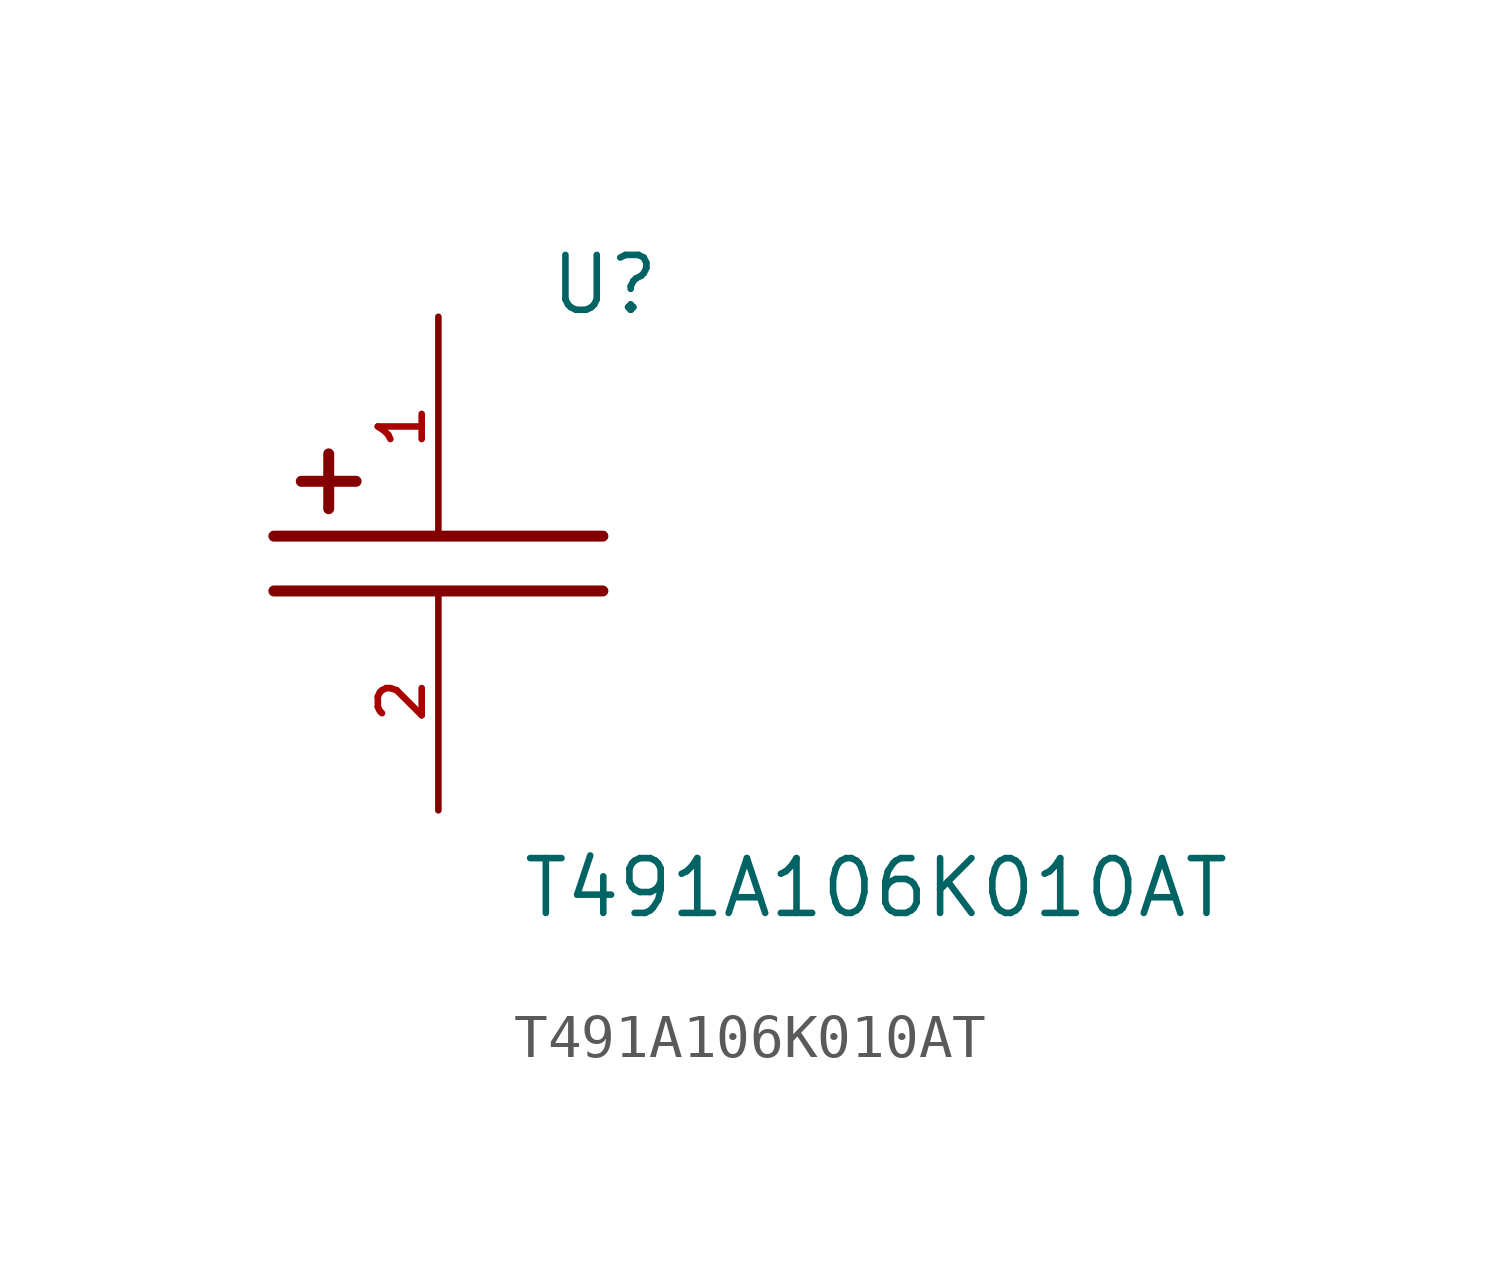
<source format=kicad_sym>
(kicad_symbol_lib
  (version 20211014)
  (generator kicad_symbol_editor)
  (symbol "T491A106K010AT"
    (pin_names
      (offset 1.016))
    (property "Reference" "U"
      (at 5.08 12.7 0)
      (effects (font (size 1.27 1.27)) (justify bottom left)))
    (property "Value" "T491A106K010AT"
      (at 4.445 -1.27 0)
      (effects (font (size 1.27 1.27)) (justify bottom left)))
    (symbol "T491A106K010AT_0_0"
      (polyline (pts (xy -1.27 7.62) (xy 6.35 7.62)) (stroke (width 0.254)))
      (polyline (pts (xy -1.27 6.35) (xy 6.35 6.35)) (stroke (width 0.254)))
      (polyline (pts (xy 0.0 9.525) (xy 0.0 8.255)) (stroke (width 0.254)))
      (polyline (pts (xy -0.635 8.89) (xy 0.635 8.89)) (stroke (width 0.254)))
      (pin passive line (at 2.54 12.7 270.0) (length 5.08) (name "~" (effects (font (size 1.016 1.016)))) (number "1" (effects (font (size 1.016 1.016)))))
      (pin passive line (at 2.54 1.27 90.0) (length 5.08) (name "~" (effects (font (size 1.016 1.016)))) (number "2" (effects (font (size 1.016 1.016))))))))
</source>
